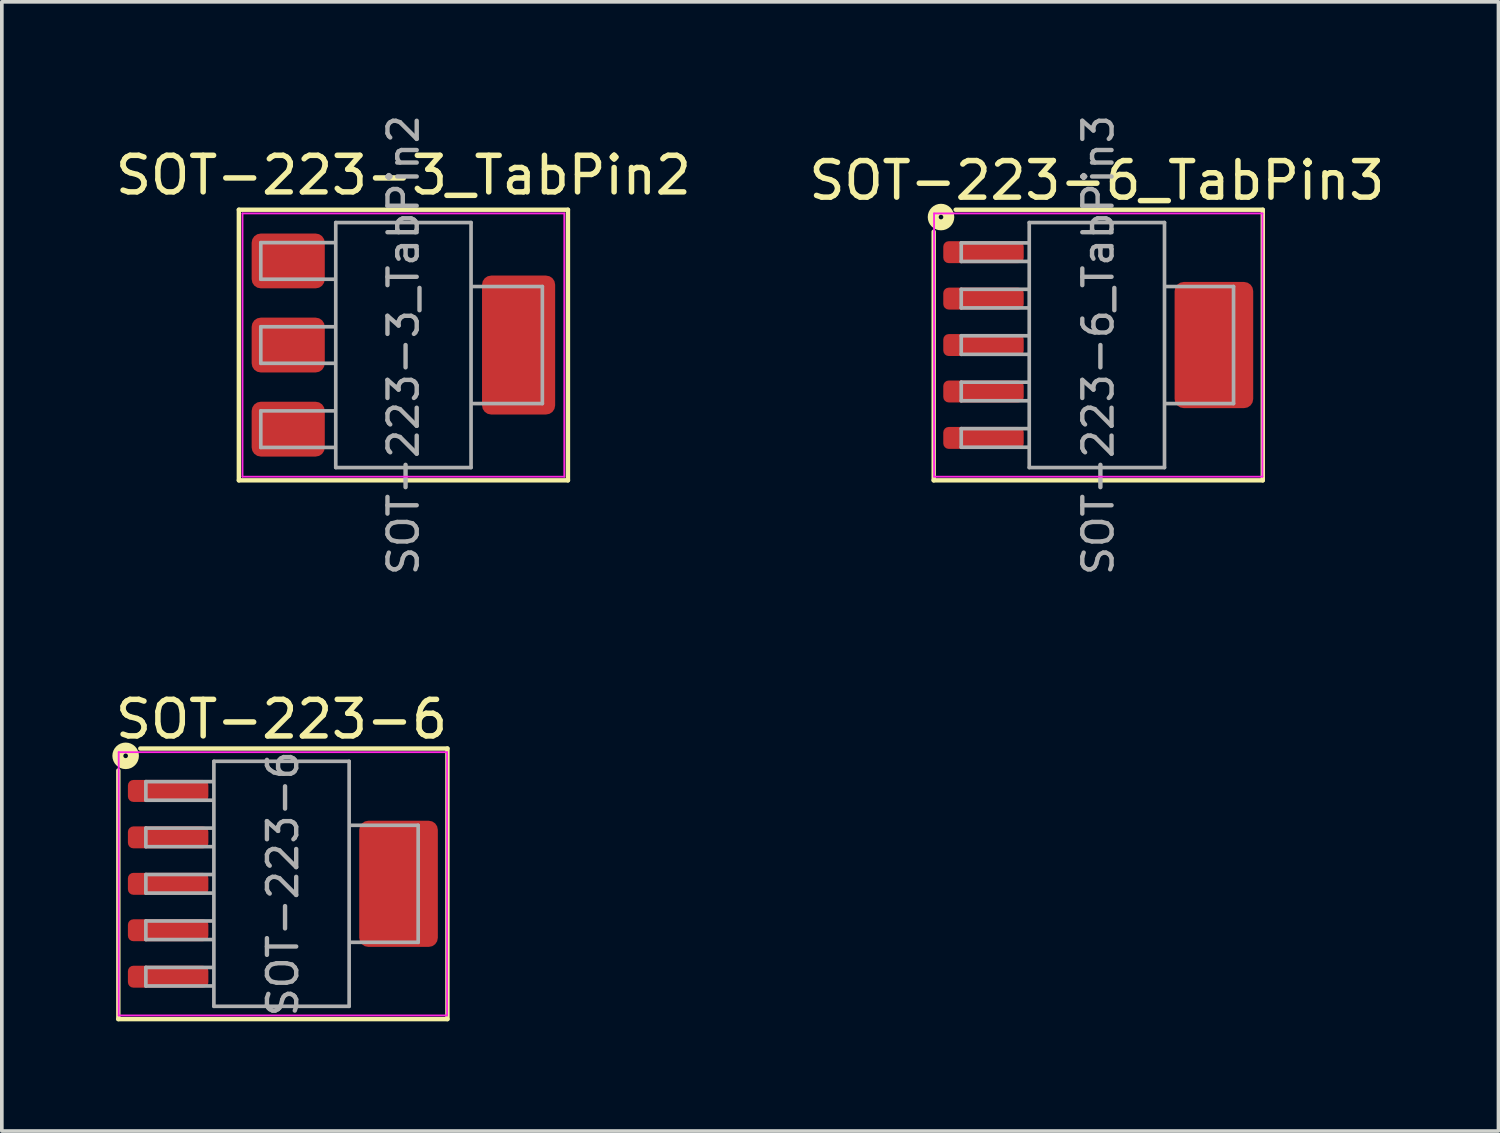
<source format=kicad_pcb>
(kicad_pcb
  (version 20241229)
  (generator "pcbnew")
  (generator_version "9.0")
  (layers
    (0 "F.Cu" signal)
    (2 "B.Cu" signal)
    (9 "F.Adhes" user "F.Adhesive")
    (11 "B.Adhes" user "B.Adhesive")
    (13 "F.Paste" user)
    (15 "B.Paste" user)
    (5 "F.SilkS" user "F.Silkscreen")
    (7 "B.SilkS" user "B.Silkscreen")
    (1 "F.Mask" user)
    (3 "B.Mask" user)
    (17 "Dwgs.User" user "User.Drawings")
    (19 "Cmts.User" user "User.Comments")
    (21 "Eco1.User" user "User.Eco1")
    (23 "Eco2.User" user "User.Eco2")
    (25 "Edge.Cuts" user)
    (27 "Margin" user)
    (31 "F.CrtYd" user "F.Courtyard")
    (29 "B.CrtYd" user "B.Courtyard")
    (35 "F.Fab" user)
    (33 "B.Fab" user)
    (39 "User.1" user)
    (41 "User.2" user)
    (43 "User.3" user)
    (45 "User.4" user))
  (footprint "SOT-223-6_TabPin3"
    (layer "F.Cu")
    (at 26.984 6.386)
    (property "Reference" "SOT-223-6_TabPin3" (at -0.037 -4.5 0) (layer "F.SilkS") (effects (font (size 1 1) (thickness 0.15))))
    (attr smd)
    (fp_line (start -4.5 3.7) (end -4.5 -3.1) (stroke (width 0.12) (type solid)) (layer "F.SilkS"))
    (fp_line (start -3.9 -3.7) (end 4.5 -3.7) (stroke (width 0.12) (type solid)) (layer "F.SilkS"))
    (fp_line (start 4.5 -3.7) (end 4.5 3.7) (stroke (width 0.12) (type solid)) (layer "F.SilkS"))
    (fp_line (start 4.5 3.7) (end -4.5 3.7) (stroke (width 0.12) (type solid)) (layer "F.SilkS"))
    (fp_circle (center -4.3 -3.5) (end -4.237 -3.5) (stroke (width 0.3) (type solid)) (fill no) (layer "F.SilkS"))
    (fp_line (start -4.49 -3.6) (end -4.49 3.6) (stroke (width 0.05) (type solid)) (layer "F.CrtYd"))
    (fp_line (start -4.49 -3.6) (end 4.49 -3.6) (stroke (width 0.05) (type solid)) (layer "F.CrtYd"))
    (fp_line (start 4.49 3.6) (end -4.49 3.6) (stroke (width 0.05) (type solid)) (layer "F.CrtYd"))
    (fp_line (start 4.49 3.6) (end 4.49 -3.6) (stroke (width 0.05) (type solid)) (layer "F.CrtYd"))
    (fp_line (start -3.747 -2.794) (end -1.905 -2.794) (stroke (width 0.1) (type solid)) (layer "F.Fab"))
    (fp_line (start -3.747 -2.286) (end -3.747 -2.794) (stroke (width 0.1) (type solid)) (layer "F.Fab"))
    (fp_line (start -3.747 -2.286) (end -1.905 -2.286) (stroke (width 0.1) (type solid)) (layer "F.Fab"))
    (fp_line (start -3.747 -1.524) (end -1.905 -1.524) (stroke (width 0.1) (type solid)) (layer "F.Fab"))
    (fp_line (start -3.747 -1.016) (end -3.747 -1.524) (stroke (width 0.1) (type solid)) (layer "F.Fab"))
    (fp_line (start -3.747 -1.016) (end -1.905 -1.016) (stroke (width 0.1) (type solid)) (layer "F.Fab"))
    (fp_line (start -3.747 -0.254) (end -1.905 -0.254) (stroke (width 0.1) (type solid)) (layer "F.Fab"))
    (fp_line (start -3.747 0.254) (end -3.747 -0.254) (stroke (width 0.1) (type solid)) (layer "F.Fab"))
    (fp_line (start -3.747 0.254) (end -1.905 0.254) (stroke (width 0.1) (type solid)) (layer "F.Fab"))
    (fp_line (start -3.747 1.016) (end -1.905 1.016) (stroke (width 0.1) (type solid)) (layer "F.Fab"))
    (fp_line (start -3.747 1.524) (end -3.747 1.016) (stroke (width 0.1) (type solid)) (layer "F.Fab"))
    (fp_line (start -3.747 1.524) (end -1.905 1.524) (stroke (width 0.1) (type solid)) (layer "F.Fab"))
    (fp_line (start -3.747 2.286) (end -1.905 2.286) (stroke (width 0.1) (type solid)) (layer "F.Fab"))
    (fp_line (start -3.747 2.794) (end -3.747 2.286) (stroke (width 0.1) (type solid)) (layer "F.Fab"))
    (fp_line (start -3.747 2.794) (end -1.905 2.794) (stroke (width 0.1) (type solid)) (layer "F.Fab"))
    (fp_line (start -1.887 -3.35) (end -1.887 3.35) (stroke (width 0.1) (type solid)) (layer "F.Fab"))
    (fp_line (start -1.887 -3.35) (end 1.812 -3.35) (stroke (width 0.1) (type solid)) (layer "F.Fab"))
    (fp_line (start -1.887 3.35) (end 1.812 3.35) (stroke (width 0.1) (type solid)) (layer "F.Fab"))
    (fp_line (start 1.812 -3.35) (end 1.812 3.35) (stroke (width 0.1) (type solid)) (layer "F.Fab"))
    (fp_line (start 1.85 -1.6) (end 3.7 -1.6) (stroke (width 0.1) (type solid)) (layer "F.Fab"))
    (fp_line (start 3.7 -1.6) (end 3.7 1.6) (stroke (width 0.1) (type solid)) (layer "F.Fab"))
    (fp_line (start 3.7 1.6) (end 1.85 1.6) (stroke (width 0.1) (type solid)) (layer "F.Fab"))
    (fp_text user "${REFERENCE}" (at 0 0 90) (layer "F.Fab") (effects (font (size 0.8 0.8) (thickness 0.12))))
    (pad "1" smd roundrect (at -3.138 -2.54) (size 2.2 0.6) (layers "F.Cu" "F.Mask" "F.Paste") (roundrect_rratio 0.25))
    (pad "2" smd roundrect (at -3.138 -1.27) (size 2.2 0.6) (layers "F.Cu" "F.Mask" "F.Paste") (roundrect_rratio 0.25))
    (pad "3" smd roundrect (at -3.138 0) (size 2.2 0.6) (layers "F.Cu" "F.Mask" "F.Paste") (roundrect_rratio 0.25))
    (pad "3" smd roundrect (at 3.163 0) (size 2.15 3.45) (layers "F.Cu" "F.Mask" "F.Paste") (roundrect_rratio 0.116))
    (pad "4" smd roundrect (at -3.138 1.27) (size 2.2 0.6) (layers "F.Cu" "F.Mask" "F.Paste") (roundrect_rratio 0.25))
    (pad "5" smd roundrect (at -3.138 2.54) (size 2.2 0.6) (layers "F.Cu" "F.Mask" "F.Paste") (roundrect_rratio 0.25)))
  (footprint "SOT-223-3_TabPin2"
    (layer "F.Cu")
    (at 7.982 6.386)
    (property "Reference" "SOT-223-3_TabPin2" (at 0 -4.644 0) (layer "F.SilkS") (effects (font (size 1 1) (thickness 0.15))))
    (attr smd)
    (fp_line (start -4.5 -3.7) (end 4.5 -3.7) (stroke (width 0.12) (type solid)) (layer "F.SilkS"))
    (fp_line (start -4.5 3.7) (end -4.5 -3.7) (stroke (width 0.12) (type solid)) (layer "F.SilkS"))
    (fp_line (start 4.5 -3.7) (end 4.5 3.7) (stroke (width 0.12) (type solid)) (layer "F.SilkS"))
    (fp_line (start 4.5 3.7) (end -4.5 3.7) (stroke (width 0.12) (type solid)) (layer "F.SilkS"))
    (fp_line (start -4.4 -3.6) (end -4.4 3.6) (stroke (width 0.05) (type solid)) (layer "F.CrtYd"))
    (fp_line (start -4.4 3.6) (end 4.4 3.6) (stroke (width 0.05) (type solid)) (layer "F.CrtYd"))
    (fp_line (start 4.4 -3.6) (end -4.4 -3.6) (stroke (width 0.05) (type solid)) (layer "F.CrtYd"))
    (fp_line (start 4.4 3.6) (end 4.4 -3.6) (stroke (width 0.05) (type solid)) (layer "F.CrtYd"))
    (fp_line (start -3.9 -2.8) (end -3.9 -1.8) (stroke (width 0.1) (type solid)) (layer "F.Fab"))
    (fp_line (start -3.9 -1.8) (end -1.9 -1.8) (stroke (width 0.1) (type solid)) (layer "F.Fab"))
    (fp_line (start -3.9 -0.5) (end -3.9 0.5) (stroke (width 0.1) (type solid)) (layer "F.Fab"))
    (fp_line (start -3.9 0.5) (end -1.9 0.5) (stroke (width 0.1) (type solid)) (layer "F.Fab"))
    (fp_line (start -3.9 1.8) (end -3.9 2.8) (stroke (width 0.1) (type solid)) (layer "F.Fab"))
    (fp_line (start -3.9 2.8) (end -1.9 2.8) (stroke (width 0.1) (type solid)) (layer "F.Fab"))
    (fp_line (start -1.9 -2.8) (end -3.9 -2.8) (stroke (width 0.1) (type solid)) (layer "F.Fab"))
    (fp_line (start -1.9 -0.5) (end -3.9 -0.5) (stroke (width 0.1) (type solid)) (layer "F.Fab"))
    (fp_line (start -1.9 1.8) (end -3.9 1.8) (stroke (width 0.1) (type solid)) (layer "F.Fab"))
    (fp_line (start -1.85 -3.35) (end -1.85 3.35) (stroke (width 0.1) (type solid)) (layer "F.Fab"))
    (fp_line (start -1.85 -3.35) (end 1.85 -3.35) (stroke (width 0.1) (type solid)) (layer "F.Fab"))
    (fp_line (start -1.85 3.35) (end 1.85 3.35) (stroke (width 0.1) (type solid)) (layer "F.Fab"))
    (fp_line (start 1.85 -3.35) (end 1.85 3.35) (stroke (width 0.1) (type solid)) (layer "F.Fab"))
    (fp_line (start 1.9 -1.6) (end 3.8 -1.6) (stroke (width 0.1) (type solid)) (layer "F.Fab"))
    (fp_line (start 3.8 -1.6) (end 3.8 1.6) (stroke (width 0.1) (type solid)) (layer "F.Fab"))
    (fp_line (start 3.8 1.6) (end 1.9 1.6) (stroke (width 0.1) (type solid)) (layer "F.Fab"))
    (fp_text user "${REFERENCE}" (at 0 0 90) (layer "F.Fab") (effects (font (size 0.8 0.8) (thickness 0.12))))
    (pad "1" smd roundrect (at -3.15 -2.3) (size 2 1.5) (layers "F.Cu" "F.Mask" "F.Paste") (roundrect_rratio 0.167))
    (pad "2" smd roundrect (at -3.15 0) (size 2 1.5) (layers "F.Cu" "F.Mask" "F.Paste") (roundrect_rratio 0.167))
    (pad "2" smd roundrect (at 3.15 0) (size 2 3.8) (layers "F.Cu" "F.Mask" "F.Paste") (roundrect_rratio 0.125))
    (pad "3" smd roundrect (at -3.15 2.3) (size 2 1.5) (layers "F.Cu" "F.Mask" "F.Paste") (roundrect_rratio 0.167)))
  (footprint "SOT-223-6"
    (layer "F.Cu")
    (at 4.686 21.12)
    (property "Reference" "SOT-223-6" (at -0.037 -4.5 0) (layer "F.SilkS") (effects (font (size 1 1) (thickness 0.15))))
    (attr smd)
    (fp_line (start -4.5 3.7) (end -4.5 -3.1) (stroke (width 0.12) (type solid)) (layer "F.SilkS"))
    (fp_line (start -3.9 -3.7) (end 4.5 -3.7) (stroke (width 0.12) (type solid)) (layer "F.SilkS"))
    (fp_line (start 4.5 -3.7) (end 4.5 3.7) (stroke (width 0.12) (type solid)) (layer "F.SilkS"))
    (fp_line (start 4.5 3.7) (end -4.5 3.7) (stroke (width 0.12) (type solid)) (layer "F.SilkS"))
    (fp_circle (center -4.3 -3.5) (end -4.237 -3.5) (stroke (width 0.3) (type solid)) (fill no) (layer "F.SilkS"))
    (fp_line (start -4.49 -3.6) (end -4.49 3.6) (stroke (width 0.05) (type solid)) (layer "F.CrtYd"))
    (fp_line (start -4.49 -3.6) (end 4.49 -3.6) (stroke (width 0.05) (type solid)) (layer "F.CrtYd"))
    (fp_line (start 4.49 3.6) (end -4.49 3.6) (stroke (width 0.05) (type solid)) (layer "F.CrtYd"))
    (fp_line (start 4.49 3.6) (end 4.49 -3.6) (stroke (width 0.05) (type solid)) (layer "F.CrtYd"))
    (fp_line (start -3.747 -2.794) (end -1.905 -2.794) (stroke (width 0.1) (type solid)) (layer "F.Fab"))
    (fp_line (start -3.747 -2.286) (end -3.747 -2.794) (stroke (width 0.1) (type solid)) (layer "F.Fab"))
    (fp_line (start -3.747 -2.286) (end -1.905 -2.286) (stroke (width 0.1) (type solid)) (layer "F.Fab"))
    (fp_line (start -3.747 -1.524) (end -1.905 -1.524) (stroke (width 0.1) (type solid)) (layer "F.Fab"))
    (fp_line (start -3.747 -1.016) (end -3.747 -1.524) (stroke (width 0.1) (type solid)) (layer "F.Fab"))
    (fp_line (start -3.747 -1.016) (end -1.905 -1.016) (stroke (width 0.1) (type solid)) (layer "F.Fab"))
    (fp_line (start -3.747 -0.254) (end -1.905 -0.254) (stroke (width 0.1) (type solid)) (layer "F.Fab"))
    (fp_line (start -3.747 0.254) (end -3.747 -0.254) (stroke (width 0.1) (type solid)) (layer "F.Fab"))
    (fp_line (start -3.747 0.254) (end -1.905 0.254) (stroke (width 0.1) (type solid)) (layer "F.Fab"))
    (fp_line (start -3.747 1.016) (end -1.905 1.016) (stroke (width 0.1) (type solid)) (layer "F.Fab"))
    (fp_line (start -3.747 1.524) (end -3.747 1.016) (stroke (width 0.1) (type solid)) (layer "F.Fab"))
    (fp_line (start -3.747 1.524) (end -1.905 1.524) (stroke (width 0.1) (type solid)) (layer "F.Fab"))
    (fp_line (start -3.747 2.286) (end -1.905 2.286) (stroke (width 0.1) (type solid)) (layer "F.Fab"))
    (fp_line (start -3.747 2.794) (end -3.747 2.286) (stroke (width 0.1) (type solid)) (layer "F.Fab"))
    (fp_line (start -3.747 2.794) (end -1.905 2.794) (stroke (width 0.1) (type solid)) (layer "F.Fab"))
    (fp_line (start -1.887 -3.35) (end -1.887 3.35) (stroke (width 0.1) (type solid)) (layer "F.Fab"))
    (fp_line (start -1.887 -3.35) (end 1.812 -3.35) (stroke (width 0.1) (type solid)) (layer "F.Fab"))
    (fp_line (start -1.887 3.35) (end 1.812 3.35) (stroke (width 0.1) (type solid)) (layer "F.Fab"))
    (fp_line (start 1.812 -3.35) (end 1.812 3.35) (stroke (width 0.1) (type solid)) (layer "F.Fab"))
    (fp_line (start 1.85 -1.6) (end 3.7 -1.6) (stroke (width 0.1) (type solid)) (layer "F.Fab"))
    (fp_line (start 3.7 -1.6) (end 3.7 1.6) (stroke (width 0.1) (type solid)) (layer "F.Fab"))
    (fp_line (start 3.7 1.6) (end 1.85 1.6) (stroke (width 0.1) (type solid)) (layer "F.Fab"))
    (fp_text user "${REFERENCE}" (at 0 0 90) (layer "F.Fab") (effects (font (size 0.8 0.8) (thickness 0.12))))
    (pad "1" smd roundrect (at -3.138 -2.54) (size 2.2 0.6) (layers "F.Cu" "F.Mask" "F.Paste") (roundrect_rratio 0.25))
    (pad "2" smd roundrect (at -3.138 -1.27) (size 2.2 0.6) (layers "F.Cu" "F.Mask" "F.Paste") (roundrect_rratio 0.25))
    (pad "3" smd roundrect (at -3.138 0) (size 2.2 0.6) (layers "F.Cu" "F.Mask" "F.Paste") (roundrect_rratio 0.25))
    (pad "4" smd roundrect (at -3.138 1.27) (size 2.2 0.6) (layers "F.Cu" "F.Mask" "F.Paste") (roundrect_rratio 0.25))
    (pad "5" smd roundrect (at -3.138 2.54) (size 2.2 0.6) (layers "F.Cu" "F.Mask" "F.Paste") (roundrect_rratio 0.25))
    (pad "6" smd roundrect (at 3.163 0) (size 2.15 3.45) (layers "F.Cu" "F.Mask" "F.Paste") (roundrect_rratio 0.116)))
  (gr_rect
    (start -3 -3)
    (end 37.929 27.88)
    (stroke (width 0.1) (type default))
    (fill no)
    (layer "Edge.Cuts")))
</source>
